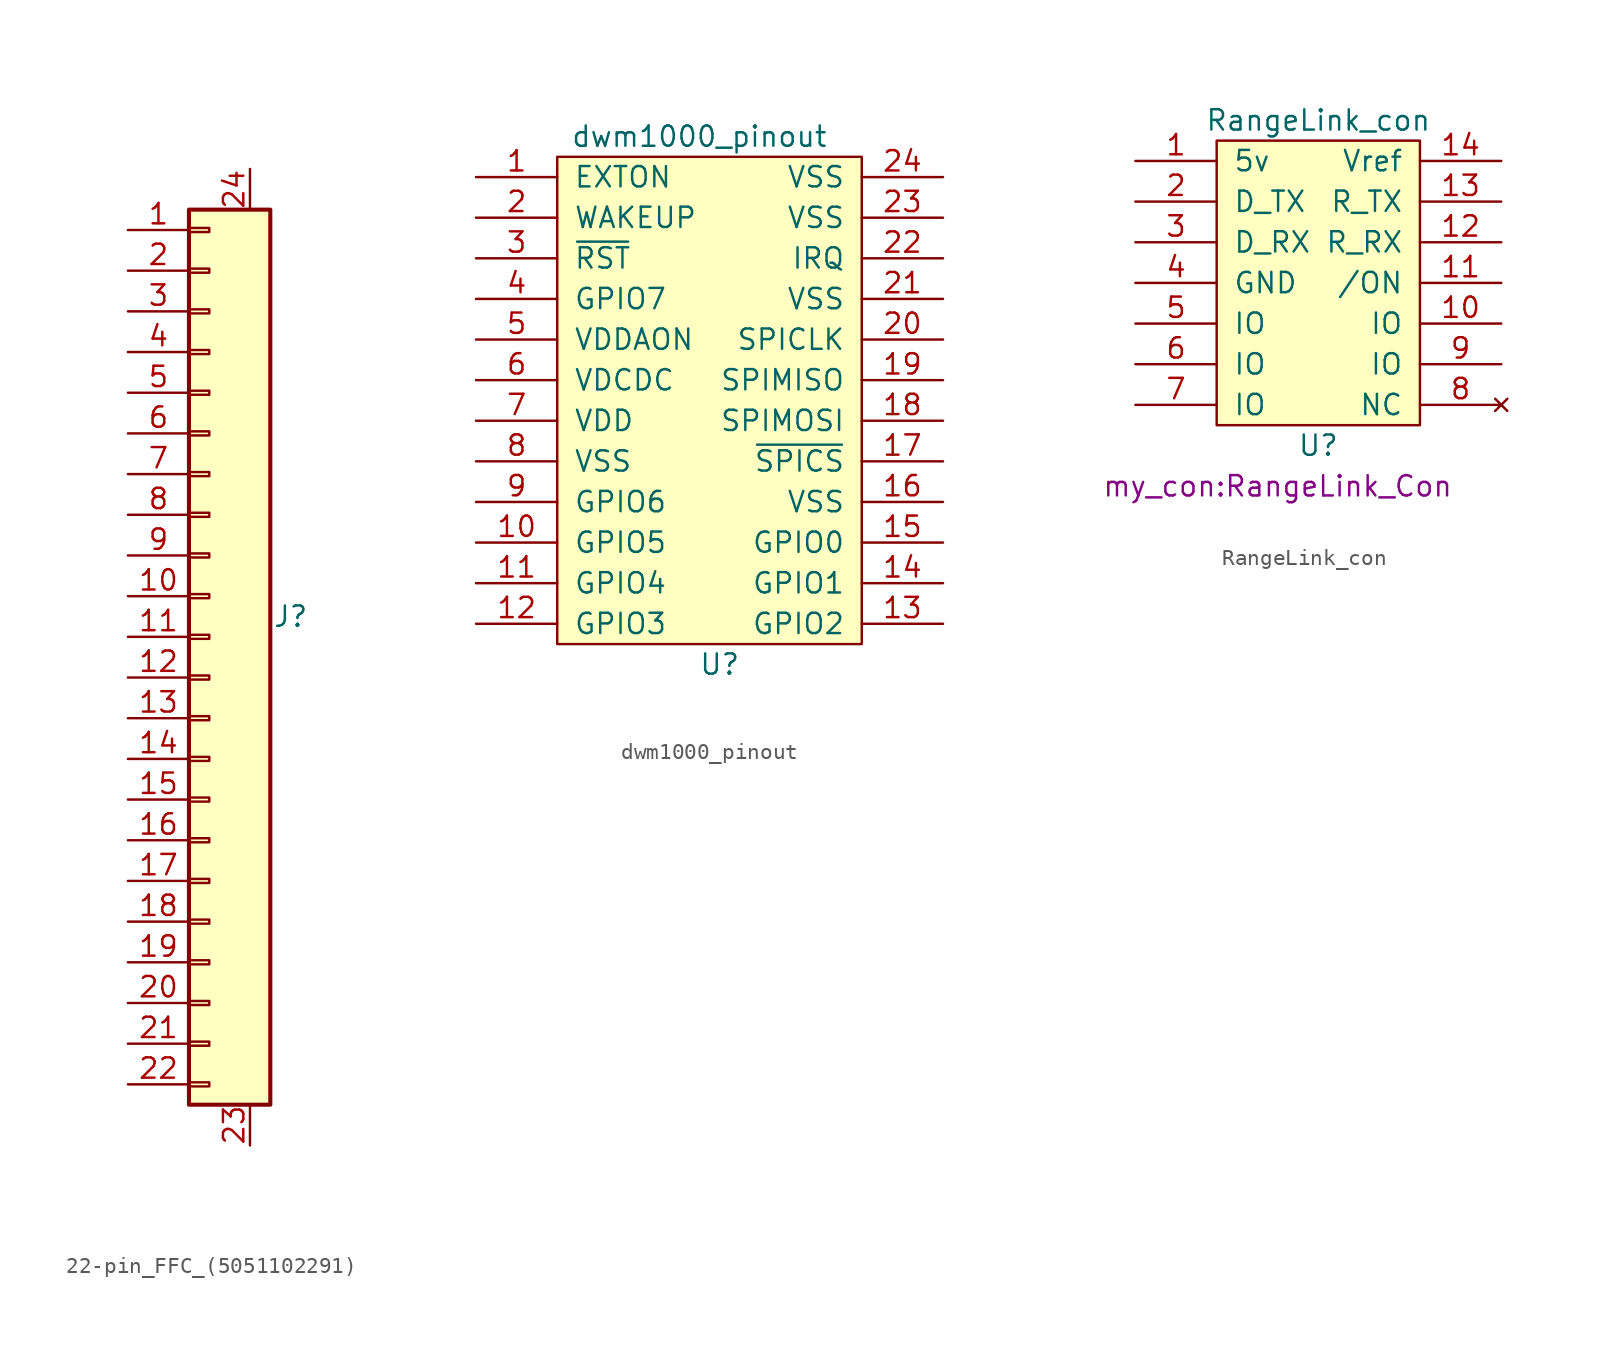
<source format=kicad_sym>
(kicad_symbol_lib
  (version 20211014)
  (generator kicad_symbol_editor)
  (symbol "22-pin_FFC_(5051102291)"
    (pin_names
      (offset 1.016) hide)
    (property "Reference" "J"
      (at 6.35 -25.4 0)
      (effects (font (size 1.27 1.27))))
    (symbol "22-pin_FFC_(5051102291)_1_1"
      (rectangle (start 0 -54.483) (end 1.27 -54.737) (stroke (width 0.152) (type default) (color 0 0 0 0)) (fill (type none)))
      (rectangle (start 0 -51.943) (end 1.27 -52.197) (stroke (width 0.152) (type default) (color 0 0 0 0)) (fill (type none)))
      (rectangle (start 0 -49.403) (end 1.27 -49.657) (stroke (width 0.152) (type default) (color 0 0 0 0)) (fill (type none)))
      (rectangle (start 0 -46.863) (end 1.27 -47.117) (stroke (width 0.152) (type default) (color 0 0 0 0)) (fill (type none)))
      (rectangle (start 0 -44.323) (end 1.27 -44.577) (stroke (width 0.152) (type default) (color 0 0 0 0)) (fill (type none)))
      (rectangle (start 0 -41.783) (end 1.27 -42.037) (stroke (width 0.152) (type default) (color 0 0 0 0)) (fill (type none)))
      (rectangle (start 0 -39.243) (end 1.27 -39.497) (stroke (width 0.152) (type default) (color 0 0 0 0)) (fill (type none)))
      (rectangle (start 0 -36.703) (end 1.27 -36.957) (stroke (width 0.152) (type default) (color 0 0 0 0)) (fill (type none)))
      (rectangle (start 0 -34.163) (end 1.27 -34.417) (stroke (width 0.152) (type default) (color 0 0 0 0)) (fill (type none)))
      (rectangle (start 0 -31.623) (end 1.27 -31.877) (stroke (width 0.152) (type default) (color 0 0 0 0)) (fill (type none)))
      (rectangle (start 0 -29.083) (end 1.27 -29.337) (stroke (width 0.152) (type default) (color 0 0 0 0)) (fill (type none)))
      (rectangle (start 0 -26.543) (end 1.27 -26.797) (stroke (width 0.152) (type default) (color 0 0 0 0)) (fill (type none)))
      (rectangle (start 0 -24.003) (end 1.27 -24.257) (stroke (width 0.152) (type default) (color 0 0 0 0)) (fill (type none)))
      (rectangle (start 0 -21.463) (end 1.27 -21.717) (stroke (width 0.152) (type default) (color 0 0 0 0)) (fill (type none)))
      (rectangle (start 0 -18.923) (end 1.27 -19.177) (stroke (width 0.152) (type default) (color 0 0 0 0)) (fill (type none)))
      (rectangle (start 0 -16.383) (end 1.27 -16.637) (stroke (width 0.152) (type default) (color 0 0 0 0)) (fill (type none)))
      (rectangle (start 0 -13.843) (end 1.27 -14.097) (stroke (width 0.152) (type default) (color 0 0 0 0)) (fill (type none)))
      (rectangle (start 0 -11.303) (end 1.27 -11.557) (stroke (width 0.152) (type default) (color 0 0 0 0)) (fill (type none)))
      (rectangle (start 0 -8.763) (end 1.27 -9.017) (stroke (width 0.152) (type default) (color 0 0 0 0)) (fill (type none)))
      (rectangle (start 0 -6.223) (end 1.27 -6.477) (stroke (width 0.152) (type default) (color 0 0 0 0)) (fill (type none)))
      (rectangle (start 0 -3.683) (end 1.27 -3.937) (stroke (width 0.152) (type default) (color 0 0 0 0)) (fill (type none)))
      (rectangle (start 0 -1.143) (end 1.27 -1.397) (stroke (width 0.152) (type default) (color 0 0 0 0)) (fill (type none)))
      (rectangle (start 0 0) (end 5.08 -55.88) (stroke (width 0.254) (type default) (color 0 0 0 0)) (fill (type background)))
      (pin passive line (at -3.81 -1.27 0) (length 3.81) (name "Pin_1" (effects (font (size 1.27 1.27)))) (number "1" (effects (font (size 1.27 1.27)))))
      (pin passive line (at -3.81 -24.13 0) (length 3.81) (name "Pin_10" (effects (font (size 1.27 1.27)))) (number "10" (effects (font (size 1.27 1.27)))))
      (pin passive line (at -3.81 -26.67 0) (length 3.81) (name "Pin_11" (effects (font (size 1.27 1.27)))) (number "11" (effects (font (size 1.27 1.27)))))
      (pin passive line (at -3.81 -29.21 0) (length 3.81) (name "Pin_12" (effects (font (size 1.27 1.27)))) (number "12" (effects (font (size 1.27 1.27)))))
      (pin passive line (at -3.81 -31.75 0) (length 3.81) (name "Pin_13" (effects (font (size 1.27 1.27)))) (number "13" (effects (font (size 1.27 1.27)))))
      (pin passive line (at -3.81 -34.29 0) (length 3.81) (name "Pin_14" (effects (font (size 1.27 1.27)))) (number "14" (effects (font (size 1.27 1.27)))))
      (pin passive line (at -3.81 -36.83 0) (length 3.81) (name "Pin_15" (effects (font (size 1.27 1.27)))) (number "15" (effects (font (size 1.27 1.27)))))
      (pin passive line (at -3.81 -39.37 0) (length 3.81) (name "Pin_16" (effects (font (size 1.27 1.27)))) (number "16" (effects (font (size 1.27 1.27)))))
      (pin passive line (at -3.81 -41.91 0) (length 3.81) (name "Pin_17" (effects (font (size 1.27 1.27)))) (number "17" (effects (font (size 1.27 1.27)))))
      (pin passive line (at -3.81 -44.45 0) (length 3.81) (name "Pin_18" (effects (font (size 1.27 1.27)))) (number "18" (effects (font (size 1.27 1.27)))))
      (pin passive line (at -3.81 -46.99 0) (length 3.81) (name "Pin_19" (effects (font (size 1.27 1.27)))) (number "19" (effects (font (size 1.27 1.27)))))
      (pin passive line (at -3.81 -3.81 0) (length 3.81) (name "Pin_2" (effects (font (size 1.27 1.27)))) (number "2" (effects (font (size 1.27 1.27)))))
      (pin passive line (at -3.81 -49.53 0) (length 3.81) (name "Pin_20" (effects (font (size 1.27 1.27)))) (number "20" (effects (font (size 1.27 1.27)))))
      (pin passive line (at -3.81 -52.07 0) (length 3.81) (name "Pin_21" (effects (font (size 1.27 1.27)))) (number "21" (effects (font (size 1.27 1.27)))))
      (pin passive line (at -3.81 -54.61 0) (length 3.81) (name "Pin_22" (effects (font (size 1.27 1.27)))) (number "22" (effects (font (size 1.27 1.27)))))
      (pin passive line (at 3.81 -58.42 90) (length 2.54) (name "~" (effects (font (size 1.27 1.27)))) (number "23" (effects (font (size 1.27 1.27)))))
      (pin passive line (at 3.81 2.54 270) (length 2.54) (name "~" (effects (font (size 1.27 1.27)))) (number "24" (effects (font (size 1.27 1.27)))))
      (pin passive line (at -3.81 -6.35 0) (length 3.81) (name "Pin_3" (effects (font (size 1.27 1.27)))) (number "3" (effects (font (size 1.27 1.27)))))
      (pin passive line (at -3.81 -8.89 0) (length 3.81) (name "Pin_4" (effects (font (size 1.27 1.27)))) (number "4" (effects (font (size 1.27 1.27)))))
      (pin passive line (at -3.81 -11.43 0) (length 3.81) (name "Pin_5" (effects (font (size 1.27 1.27)))) (number "5" (effects (font (size 1.27 1.27)))))
      (pin passive line (at -3.81 -13.97 0) (length 3.81) (name "Pin_6" (effects (font (size 1.27 1.27)))) (number "6" (effects (font (size 1.27 1.27)))))
      (pin passive line (at -3.81 -16.51 0) (length 3.81) (name "Pin_7" (effects (font (size 1.27 1.27)))) (number "7" (effects (font (size 1.27 1.27)))))
      (pin passive line (at -3.81 -19.05 0) (length 3.81) (name "Pin_8" (effects (font (size 1.27 1.27)))) (number "8" (effects (font (size 1.27 1.27)))))
      (pin passive line (at -3.81 -21.59 0) (length 3.81) (name "Pin_9" (effects (font (size 1.27 1.27)))) (number "9" (effects (font (size 1.27 1.27)))))))
  (symbol "dwm1000_pinout"
    (pin_names
      (offset 1.016))
    (property "Reference" "U"
      (at 1.27 -16.51 0)
      (effects (font (size 1.27 1.27))))
    (property "Value" "dwm1000_pinout"
      (at 0 16.51 0)
      (effects (font (size 1.27 1.27))))
    (symbol "dwm1000_pinout_0_1"
      (rectangle (start -8.89 15.24) (end 10.16 -15.24) (stroke (width 0) (type default) (color 0 0 0 0)) (fill (type background))))
    (symbol "dwm1000_pinout_1_1"
      (pin output line (at -13.97 13.97 0) (length 5.08) (name "EXTON" (effects (font (size 1.27 1.27)))) (number "1" (effects (font (size 1.27 1.27)))))
      (pin bidirectional line (at -13.97 -8.89 0) (length 5.08) (name "GPIO5" (effects (font (size 1.27 1.27)))) (number "10" (effects (font (size 1.27 1.27)))))
      (pin bidirectional line (at -13.97 -11.43 0) (length 5.08) (name "GPIO4" (effects (font (size 1.27 1.27)))) (number "11" (effects (font (size 1.27 1.27)))))
      (pin bidirectional line (at -13.97 -13.97 0) (length 5.08) (name "GPIO3" (effects (font (size 1.27 1.27)))) (number "12" (effects (font (size 1.27 1.27)))))
      (pin bidirectional line (at 15.24 -13.97 180) (length 5.08) (name "GPIO2" (effects (font (size 1.27 1.27)))) (number "13" (effects (font (size 1.27 1.27)))))
      (pin bidirectional line (at 15.24 -11.43 180) (length 5.08) (name "GPIO1" (effects (font (size 1.27 1.27)))) (number "14" (effects (font (size 1.27 1.27)))))
      (pin bidirectional line (at 15.24 -8.89 180) (length 5.08) (name "GPIO0" (effects (font (size 1.27 1.27)))) (number "15" (effects (font (size 1.27 1.27)))))
      (pin power_in line (at 15.24 -6.35 180) (length 5.08) (name "VSS" (effects (font (size 1.27 1.27)))) (number "16" (effects (font (size 1.27 1.27)))))
      (pin input line (at 15.24 -3.81 180) (length 5.08) (name "~{SPICS}" (effects (font (size 1.27 1.27)))) (number "17" (effects (font (size 1.27 1.27)))))
      (pin input line (at 15.24 -1.27 180) (length 5.08) (name "SPIMOSI" (effects (font (size 1.27 1.27)))) (number "18" (effects (font (size 1.27 1.27)))))
      (pin output line (at 15.24 1.27 180) (length 5.08) (name "SPIMISO" (effects (font (size 1.27 1.27)))) (number "19" (effects (font (size 1.27 1.27)))))
      (pin input line (at -13.97 11.43 0) (length 5.08) (name "WAKEUP" (effects (font (size 1.27 1.27)))) (number "2" (effects (font (size 1.27 1.27)))))
      (pin input line (at 15.24 3.81 180) (length 5.08) (name "SPICLK" (effects (font (size 1.27 1.27)))) (number "20" (effects (font (size 1.27 1.27)))))
      (pin power_in line (at 15.24 6.35 180) (length 5.08) (name "VSS" (effects (font (size 1.27 1.27)))) (number "21" (effects (font (size 1.27 1.27)))))
      (pin output line (at 15.24 8.89 180) (length 5.08) (name "IRQ" (effects (font (size 1.27 1.27)))) (number "22" (effects (font (size 1.27 1.27)))))
      (pin power_in line (at 15.24 11.43 180) (length 5.08) (name "VSS" (effects (font (size 1.27 1.27)))) (number "23" (effects (font (size 1.27 1.27)))))
      (pin power_in line (at 15.24 13.97 180) (length 5.08) (name "VSS" (effects (font (size 1.27 1.27)))) (number "24" (effects (font (size 1.27 1.27)))))
      (pin input line (at -13.97 8.89 0) (length 5.08) (name "~{RST}" (effects (font (size 1.27 1.27)))) (number "3" (effects (font (size 1.27 1.27)))))
      (pin bidirectional line (at -13.97 6.35 0) (length 5.08) (name "GPIO7" (effects (font (size 1.27 1.27)))) (number "4" (effects (font (size 1.27 1.27)))))
      (pin power_in line (at -13.97 3.81 0) (length 5.08) (name "VDDAON" (effects (font (size 1.27 1.27)))) (number "5" (effects (font (size 1.27 1.27)))))
      (pin power_in line (at -13.97 1.27 0) (length 5.08) (name "VDCDC" (effects (font (size 1.27 1.27)))) (number "6" (effects (font (size 1.27 1.27)))))
      (pin power_in line (at -13.97 -1.27 0) (length 5.08) (name "VDD" (effects (font (size 1.27 1.27)))) (number "7" (effects (font (size 1.27 1.27)))))
      (pin power_in line (at -13.97 -3.81 0) (length 5.08) (name "VSS" (effects (font (size 1.27 1.27)))) (number "8" (effects (font (size 1.27 1.27)))))
      (pin bidirectional line (at -13.97 -6.35 0) (length 5.08) (name "GPIO6" (effects (font (size 1.27 1.27)))) (number "9" (effects (font (size 1.27 1.27)))))))
  (symbol "RangeLink_con"
    (pin_names
      (offset 1.016))
    (property "Reference" "U"
      (at 0 -12.7 0)
      (effects (font (size 1.27 1.27))))
    (property "Value" "RangeLink_con"
      (at 0 7.62 0)
      (effects (font (size 1.27 1.27))))
    (property "Footprint" "my_con:RangeLink_Con"
      (at -2.54 -15.24 0)
      (effects (font (size 1.27 1.27))))
    (property "Datasheet" ""
      (at 0 0 0)
      (effects (font (size 1.27 1.27))))
    (symbol "RangeLink_con_0_1"
      (rectangle (start -6.35 6.35) (end 6.35 -11.43) (stroke (width 0) (type default) (color 0 0 0 0)) (fill (type background))))
    (symbol "RangeLink_con_1_1"
      (pin input line (at -11.43 5.08 0) (length 5.08) (name "5v" (effects (font (size 1.27 1.27)))) (number "1" (effects (font (size 1.27 1.27)))))
      (pin input line (at 11.43 -5.08 180) (length 5.08) (name "IO" (effects (font (size 1.27 1.27)))) (number "10" (effects (font (size 1.27 1.27)))))
      (pin input line (at 11.43 -2.54 180) (length 5.08) (name "/ON" (effects (font (size 1.27 1.27)))) (number "11" (effects (font (size 1.27 1.27)))))
      (pin input line (at 11.43 0 180) (length 5.08) (name "R_RX" (effects (font (size 1.27 1.27)))) (number "12" (effects (font (size 1.27 1.27)))))
      (pin input line (at 11.43 2.54 180) (length 5.08) (name "R_TX" (effects (font (size 1.27 1.27)))) (number "13" (effects (font (size 1.27 1.27)))))
      (pin input line (at 11.43 5.08 180) (length 5.08) (name "Vref" (effects (font (size 1.27 1.27)))) (number "14" (effects (font (size 1.27 1.27)))))
      (pin input line (at -11.43 2.54 0) (length 5.08) (name "D_TX" (effects (font (size 1.27 1.27)))) (number "2" (effects (font (size 1.27 1.27)))))
      (pin input line (at -11.43 0 0) (length 5.08) (name "D_RX" (effects (font (size 1.27 1.27)))) (number "3" (effects (font (size 1.27 1.27)))))
      (pin input line (at -11.43 -2.54 0) (length 5.08) (name "GND" (effects (font (size 1.27 1.27)))) (number "4" (effects (font (size 1.27 1.27)))))
      (pin input line (at -11.43 -5.08 0) (length 5.08) (name "IO" (effects (font (size 1.27 1.27)))) (number "5" (effects (font (size 1.27 1.27)))))
      (pin input line (at -11.43 -7.62 0) (length 5.08) (name "IO" (effects (font (size 1.27 1.27)))) (number "6" (effects (font (size 1.27 1.27)))))
      (pin input line (at -11.43 -10.16 0) (length 5.08) (name "IO" (effects (font (size 1.27 1.27)))) (number "7" (effects (font (size 1.27 1.27)))))
      (pin no_connect line (at 11.43 -10.16 180) (length 5.08) (name "NC" (effects (font (size 1.27 1.27)))) (number "8" (effects (font (size 1.27 1.27)))))
      (pin input line (at 11.43 -7.62 180) (length 5.08) (name "IO" (effects (font (size 1.27 1.27)))) (number "9" (effects (font (size 1.27 1.27))))))))
</source>
